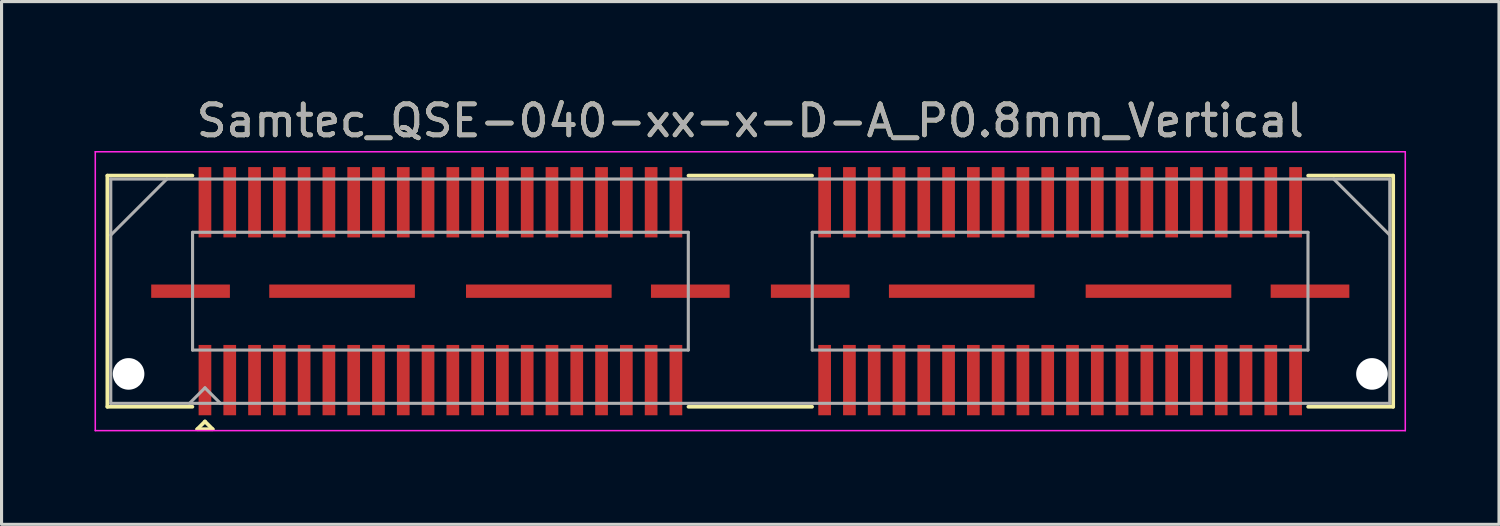
<source format=kicad_pcb>
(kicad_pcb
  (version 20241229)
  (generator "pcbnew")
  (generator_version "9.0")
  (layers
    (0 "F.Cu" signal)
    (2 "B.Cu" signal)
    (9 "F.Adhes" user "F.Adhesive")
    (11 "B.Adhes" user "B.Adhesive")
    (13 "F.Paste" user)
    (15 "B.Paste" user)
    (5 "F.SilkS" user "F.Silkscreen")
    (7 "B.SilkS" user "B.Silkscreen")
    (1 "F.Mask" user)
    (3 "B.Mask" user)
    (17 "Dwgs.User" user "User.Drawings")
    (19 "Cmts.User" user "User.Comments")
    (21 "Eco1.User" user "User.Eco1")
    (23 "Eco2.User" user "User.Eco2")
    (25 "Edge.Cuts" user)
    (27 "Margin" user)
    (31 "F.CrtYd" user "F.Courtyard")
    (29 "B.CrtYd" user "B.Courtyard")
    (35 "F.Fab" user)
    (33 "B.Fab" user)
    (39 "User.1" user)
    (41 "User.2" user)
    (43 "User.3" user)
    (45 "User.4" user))
  (footprint "Samtec_QSE-040-xx-x-D-A_P0.8mm_Vertical"
    (layer "F.Cu")
    (at 21.165 6.348)
    (property "Reference" "Samtec_QSE-040-xx-x-D-A_P0.8mm_Vertical" (at 0 -5.5 0) (layer "F.SilkS") (effects (font (size 1 1) (thickness 0.15))))
    (attr smd)
    (fp_line (start -20.75 -3.73) (end -18.005 -3.73) (stroke (width 0.12) (type solid)) (layer "F.SilkS"))
    (fp_line (start -20.75 3.73) (end -20.75 -3.73) (stroke (width 0.12) (type solid)) (layer "F.SilkS"))
    (fp_line (start -18.005 3.73) (end -20.75 3.73) (stroke (width 0.12) (type solid)) (layer "F.SilkS"))
    (fp_line (start -17.85 4.455) (end -17.6 4.205) (stroke (width 0.12) (type solid)) (layer "F.SilkS"))
    (fp_line (start -17.6 4.205) (end -17.35 4.455) (stroke (width 0.12) (type solid)) (layer "F.SilkS"))
    (fp_line (start -17.35 4.455) (end -17.85 4.455) (stroke (width 0.12) (type solid)) (layer "F.SilkS"))
    (fp_line (start -1.995 -3.73) (end 1.995 -3.73) (stroke (width 0.12) (type solid)) (layer "F.SilkS"))
    (fp_line (start -1.995 3.73) (end 1.995 3.73) (stroke (width 0.12) (type solid)) (layer "F.SilkS"))
    (fp_line (start 18.005 3.73) (end 20.75 3.73) (stroke (width 0.12) (type solid)) (layer "F.SilkS"))
    (fp_line (start 20.75 -3.73) (end 18.005 -3.73) (stroke (width 0.12) (type solid)) (layer "F.SilkS"))
    (fp_line (start 20.75 3.73) (end 20.75 -3.73) (stroke (width 0.12) (type solid)) (layer "F.SilkS"))
    (fp_line (start -21.14 -4.5) (end -21.14 4.5) (stroke (width 0.05) (type solid)) (layer "F.CrtYd"))
    (fp_line (start -21.14 4.5) (end 21.14 4.5) (stroke (width 0.05) (type solid)) (layer "F.CrtYd"))
    (fp_line (start 21.14 -4.5) (end -21.14 -4.5) (stroke (width 0.05) (type solid)) (layer "F.CrtYd"))
    (fp_line (start 21.14 4.5) (end 21.14 -4.5) (stroke (width 0.05) (type solid)) (layer "F.CrtYd"))
    (fp_line (start -20.64 -3.62) (end -20.64 3.62) (stroke (width 0.1) (type solid)) (layer "F.Fab"))
    (fp_line (start -20.64 -1.81) (end -18.83 -3.62) (stroke (width 0.1) (type solid)) (layer "F.Fab"))
    (fp_line (start -20.64 3.62) (end 20.64 3.62) (stroke (width 0.1) (type solid)) (layer "F.Fab"))
    (fp_line (start -18.1 3.62) (end -17.6 3.12) (stroke (width 0.1) (type solid)) (layer "F.Fab"))
    (fp_line (start -18 -1.9) (end -18 1.9) (stroke (width 0.1) (type solid)) (layer "F.Fab"))
    (fp_line (start -18 1.9) (end -2 1.9) (stroke (width 0.1) (type solid)) (layer "F.Fab"))
    (fp_line (start -17.6 3.12) (end -17.1 3.62) (stroke (width 0.1) (type solid)) (layer "F.Fab"))
    (fp_line (start -2 -1.9) (end -18 -1.9) (stroke (width 0.1) (type solid)) (layer "F.Fab"))
    (fp_line (start -2 1.9) (end -2 -1.9) (stroke (width 0.1) (type solid)) (layer "F.Fab"))
    (fp_line (start 2 -1.9) (end 2 1.9) (stroke (width 0.1) (type solid)) (layer "F.Fab"))
    (fp_line (start 2 1.9) (end 18 1.9) (stroke (width 0.1) (type solid)) (layer "F.Fab"))
    (fp_line (start 18 -1.9) (end 2 -1.9) (stroke (width 0.1) (type solid)) (layer "F.Fab"))
    (fp_line (start 18 1.9) (end 18 -1.9) (stroke (width 0.1) (type solid)) (layer "F.Fab"))
    (fp_line (start 20.64 -3.62) (end -20.64 -3.62) (stroke (width 0.1) (type solid)) (layer "F.Fab"))
    (fp_line (start 20.64 -1.81) (end 18.83 -3.62) (stroke (width 0.1) (type solid)) (layer "F.Fab"))
    (fp_line (start 20.64 3.62) (end 20.64 -3.62) (stroke (width 0.1) (type solid)) (layer "F.Fab"))
    (fp_text user "${REFERENCE}" (at 0 -5.5 0) (layer "F.Fab") (effects (font (size 1 1) (thickness 0.15))))
    (pad "" np_thru_hole circle (at -20.065 2.67) (size 1.02 1.02) (drill 1.02) (layers "*.Cu" "*.Mask"))
    (pad "" np_thru_hole circle (at 20.065 2.67) (size 1.02 1.02) (drill 1.02) (layers "*.Cu" "*.Mask"))
    (pad "1" smd rect (at -17.6 2.87) (size 0.41 2.27) (layers "F.Cu" "F.Mask" "F.Paste"))
    (pad "2" smd rect (at -17.6 -2.87) (size 0.41 2.27) (layers "F.Cu" "F.Mask" "F.Paste"))
    (pad "3" smd rect (at -16.8 2.87) (size 0.41 2.27) (layers "F.Cu" "F.Mask" "F.Paste"))
    (pad "4" smd rect (at -16.8 -2.87) (size 0.41 2.27) (layers "F.Cu" "F.Mask" "F.Paste"))
    (pad "5" smd rect (at -16 2.87) (size 0.41 2.27) (layers "F.Cu" "F.Mask" "F.Paste"))
    (pad "6" smd rect (at -16 -2.87) (size 0.41 2.27) (layers "F.Cu" "F.Mask" "F.Paste"))
    (pad "7" smd rect (at -15.2 2.87) (size 0.41 2.27) (layers "F.Cu" "F.Mask" "F.Paste"))
    (pad "8" smd rect (at -15.2 -2.87) (size 0.41 2.27) (layers "F.Cu" "F.Mask" "F.Paste"))
    (pad "9" smd rect (at -14.4 2.87) (size 0.41 2.27) (layers "F.Cu" "F.Mask" "F.Paste"))
    (pad "10" smd rect (at -14.4 -2.87) (size 0.41 2.27) (layers "F.Cu" "F.Mask" "F.Paste"))
    (pad "11" smd rect (at -13.6 2.87) (size 0.41 2.27) (layers "F.Cu" "F.Mask" "F.Paste"))
    (pad "12" smd rect (at -13.6 -2.87) (size 0.41 2.27) (layers "F.Cu" "F.Mask" "F.Paste"))
    (pad "13" smd rect (at -12.8 2.87) (size 0.41 2.27) (layers "F.Cu" "F.Mask" "F.Paste"))
    (pad "14" smd rect (at -12.8 -2.87) (size 0.41 2.27) (layers "F.Cu" "F.Mask" "F.Paste"))
    (pad "15" smd rect (at -12 2.87) (size 0.41 2.27) (layers "F.Cu" "F.Mask" "F.Paste"))
    (pad "16" smd rect (at -12 -2.87) (size 0.41 2.27) (layers "F.Cu" "F.Mask" "F.Paste"))
    (pad "17" smd rect (at -11.2 2.87) (size 0.41 2.27) (layers "F.Cu" "F.Mask" "F.Paste"))
    (pad "18" smd rect (at -11.2 -2.87) (size 0.41 2.27) (layers "F.Cu" "F.Mask" "F.Paste"))
    (pad "19" smd rect (at -10.4 2.87) (size 0.41 2.27) (layers "F.Cu" "F.Mask" "F.Paste"))
    (pad "20" smd rect (at -10.4 -2.87) (size 0.41 2.27) (layers "F.Cu" "F.Mask" "F.Paste"))
    (pad "21" smd rect (at -9.6 2.87) (size 0.41 2.27) (layers "F.Cu" "F.Mask" "F.Paste"))
    (pad "22" smd rect (at -9.6 -2.87) (size 0.41 2.27) (layers "F.Cu" "F.Mask" "F.Paste"))
    (pad "23" smd rect (at -8.8 2.87) (size 0.41 2.27) (layers "F.Cu" "F.Mask" "F.Paste"))
    (pad "24" smd rect (at -8.8 -2.87) (size 0.41 2.27) (layers "F.Cu" "F.Mask" "F.Paste"))
    (pad "25" smd rect (at -8 2.87) (size 0.41 2.27) (layers "F.Cu" "F.Mask" "F.Paste"))
    (pad "26" smd rect (at -8 -2.87) (size 0.41 2.27) (layers "F.Cu" "F.Mask" "F.Paste"))
    (pad "27" smd rect (at -7.2 2.87) (size 0.41 2.27) (layers "F.Cu" "F.Mask" "F.Paste"))
    (pad "28" smd rect (at -7.2 -2.87) (size 0.41 2.27) (layers "F.Cu" "F.Mask" "F.Paste"))
    (pad "29" smd rect (at -6.4 2.87) (size 0.41 2.27) (layers "F.Cu" "F.Mask" "F.Paste"))
    (pad "30" smd rect (at -6.4 -2.87) (size 0.41 2.27) (layers "F.Cu" "F.Mask" "F.Paste"))
    (pad "31" smd rect (at -5.6 2.87) (size 0.41 2.27) (layers "F.Cu" "F.Mask" "F.Paste"))
    (pad "32" smd rect (at -5.6 -2.87) (size 0.41 2.27) (layers "F.Cu" "F.Mask" "F.Paste"))
    (pad "33" smd rect (at -4.8 2.87) (size 0.41 2.27) (layers "F.Cu" "F.Mask" "F.Paste"))
    (pad "34" smd rect (at -4.8 -2.87) (size 0.41 2.27) (layers "F.Cu" "F.Mask" "F.Paste"))
    (pad "35" smd rect (at -4 2.87) (size 0.41 2.27) (layers "F.Cu" "F.Mask" "F.Paste"))
    (pad "36" smd rect (at -4 -2.87) (size 0.41 2.27) (layers "F.Cu" "F.Mask" "F.Paste"))
    (pad "37" smd rect (at -3.2 2.87) (size 0.41 2.27) (layers "F.Cu" "F.Mask" "F.Paste"))
    (pad "38" smd rect (at -3.2 -2.87) (size 0.41 2.27) (layers "F.Cu" "F.Mask" "F.Paste"))
    (pad "39" smd rect (at -2.4 2.87) (size 0.41 2.27) (layers "F.Cu" "F.Mask" "F.Paste"))
    (pad "40" smd rect (at -2.4 -2.87) (size 0.41 2.27) (layers "F.Cu" "F.Mask" "F.Paste"))
    (pad "41" smd rect (at 2.4 2.87) (size 0.41 2.27) (layers "F.Cu" "F.Mask" "F.Paste"))
    (pad "42" smd rect (at 2.4 -2.87) (size 0.41 2.27) (layers "F.Cu" "F.Mask" "F.Paste"))
    (pad "43" smd rect (at 3.2 2.87) (size 0.41 2.27) (layers "F.Cu" "F.Mask" "F.Paste"))
    (pad "44" smd rect (at 3.2 -2.87) (size 0.41 2.27) (layers "F.Cu" "F.Mask" "F.Paste"))
    (pad "45" smd rect (at 4 2.87) (size 0.41 2.27) (layers "F.Cu" "F.Mask" "F.Paste"))
    (pad "46" smd rect (at 4 -2.87) (size 0.41 2.27) (layers "F.Cu" "F.Mask" "F.Paste"))
    (pad "47" smd rect (at 4.8 2.87) (size 0.41 2.27) (layers "F.Cu" "F.Mask" "F.Paste"))
    (pad "48" smd rect (at 4.8 -2.87) (size 0.41 2.27) (layers "F.Cu" "F.Mask" "F.Paste"))
    (pad "49" smd rect (at 5.6 2.87) (size 0.41 2.27) (layers "F.Cu" "F.Mask" "F.Paste"))
    (pad "50" smd rect (at 5.6 -2.87) (size 0.41 2.27) (layers "F.Cu" "F.Mask" "F.Paste"))
    (pad "51" smd rect (at 6.4 2.87) (size 0.41 2.27) (layers "F.Cu" "F.Mask" "F.Paste"))
    (pad "52" smd rect (at 6.4 -2.87) (size 0.41 2.27) (layers "F.Cu" "F.Mask" "F.Paste"))
    (pad "53" smd rect (at 7.2 2.87) (size 0.41 2.27) (layers "F.Cu" "F.Mask" "F.Paste"))
    (pad "54" smd rect (at 7.2 -2.87) (size 0.41 2.27) (layers "F.Cu" "F.Mask" "F.Paste"))
    (pad "55" smd rect (at 8 2.87) (size 0.41 2.27) (layers "F.Cu" "F.Mask" "F.Paste"))
    (pad "56" smd rect (at 8 -2.87) (size 0.41 2.27) (layers "F.Cu" "F.Mask" "F.Paste"))
    (pad "57" smd rect (at 8.8 2.87) (size 0.41 2.27) (layers "F.Cu" "F.Mask" "F.Paste"))
    (pad "58" smd rect (at 8.8 -2.87) (size 0.41 2.27) (layers "F.Cu" "F.Mask" "F.Paste"))
    (pad "59" smd rect (at 9.6 2.87) (size 0.41 2.27) (layers "F.Cu" "F.Mask" "F.Paste"))
    (pad "60" smd rect (at 9.6 -2.87) (size 0.41 2.27) (layers "F.Cu" "F.Mask" "F.Paste"))
    (pad "61" smd rect (at 10.4 2.87) (size 0.41 2.27) (layers "F.Cu" "F.Mask" "F.Paste"))
    (pad "62" smd rect (at 10.4 -2.87) (size 0.41 2.27) (layers "F.Cu" "F.Mask" "F.Paste"))
    (pad "63" smd rect (at 11.2 2.87) (size 0.41 2.27) (layers "F.Cu" "F.Mask" "F.Paste"))
    (pad "64" smd rect (at 11.2 -2.87) (size 0.41 2.27) (layers "F.Cu" "F.Mask" "F.Paste"))
    (pad "65" smd rect (at 12 2.87) (size 0.41 2.27) (layers "F.Cu" "F.Mask" "F.Paste"))
    (pad "66" smd rect (at 12 -2.87) (size 0.41 2.27) (layers "F.Cu" "F.Mask" "F.Paste"))
    (pad "67" smd rect (at 12.8 2.87) (size 0.41 2.27) (layers "F.Cu" "F.Mask" "F.Paste"))
    (pad "68" smd rect (at 12.8 -2.87) (size 0.41 2.27) (layers "F.Cu" "F.Mask" "F.Paste"))
    (pad "69" smd rect (at 13.6 2.87) (size 0.41 2.27) (layers "F.Cu" "F.Mask" "F.Paste"))
    (pad "70" smd rect (at 13.6 -2.87) (size 0.41 2.27) (layers "F.Cu" "F.Mask" "F.Paste"))
    (pad "71" smd rect (at 14.4 2.87) (size 0.41 2.27) (layers "F.Cu" "F.Mask" "F.Paste"))
    (pad "72" smd rect (at 14.4 -2.87) (size 0.41 2.27) (layers "F.Cu" "F.Mask" "F.Paste"))
    (pad "73" smd rect (at 15.2 2.87) (size 0.41 2.27) (layers "F.Cu" "F.Mask" "F.Paste"))
    (pad "74" smd rect (at 15.2 -2.87) (size 0.41 2.27) (layers "F.Cu" "F.Mask" "F.Paste"))
    (pad "75" smd rect (at 16 2.87) (size 0.41 2.27) (layers "F.Cu" "F.Mask" "F.Paste"))
    (pad "76" smd rect (at 16 -2.87) (size 0.41 2.27) (layers "F.Cu" "F.Mask" "F.Paste"))
    (pad "77" smd rect (at 16.8 2.87) (size 0.41 2.27) (layers "F.Cu" "F.Mask" "F.Paste"))
    (pad "78" smd rect (at 16.8 -2.87) (size 0.41 2.27) (layers "F.Cu" "F.Mask" "F.Paste"))
    (pad "79" smd rect (at 17.6 2.87) (size 0.41 2.27) (layers "F.Cu" "F.Mask" "F.Paste"))
    (pad "80" smd rect (at 17.6 -2.87) (size 0.41 2.27) (layers "F.Cu" "F.Mask" "F.Paste"))
    (pad "P1" smd rect (at -18.065 0) (size 2.54 0.43) (layers "F.Cu" "F.Mask" "F.Paste"))
    (pad "P1" smd rect (at -13.175 0) (size 4.7 0.43) (layers "F.Cu" "F.Mask" "F.Paste"))
    (pad "P1" smd rect (at -6.825 0) (size 4.7 0.43) (layers "F.Cu" "F.Mask" "F.Paste"))
    (pad "P1" smd rect (at -1.935 0) (size 2.54 0.43) (layers "F.Cu" "F.Mask" "F.Paste"))
    (pad "P2" smd rect (at 1.935 0) (size 2.54 0.43) (layers "F.Cu" "F.Mask" "F.Paste"))
    (pad "P2" smd rect (at 6.825 0) (size 4.7 0.43) (layers "F.Cu" "F.Mask" "F.Paste"))
    (pad "P2" smd rect (at 13.175 0) (size 4.7 0.43) (layers "F.Cu" "F.Mask" "F.Paste"))
    (pad "P2" smd rect (at 18.065 0) (size 2.54 0.43) (layers "F.Cu" "F.Mask" "F.Paste")))
  (gr_rect
    (start -3 -3)
    (end 45.33 13.873)
    (stroke (width 0.1) (type default))
    (fill no)
    (layer "Edge.Cuts")))
</source>
